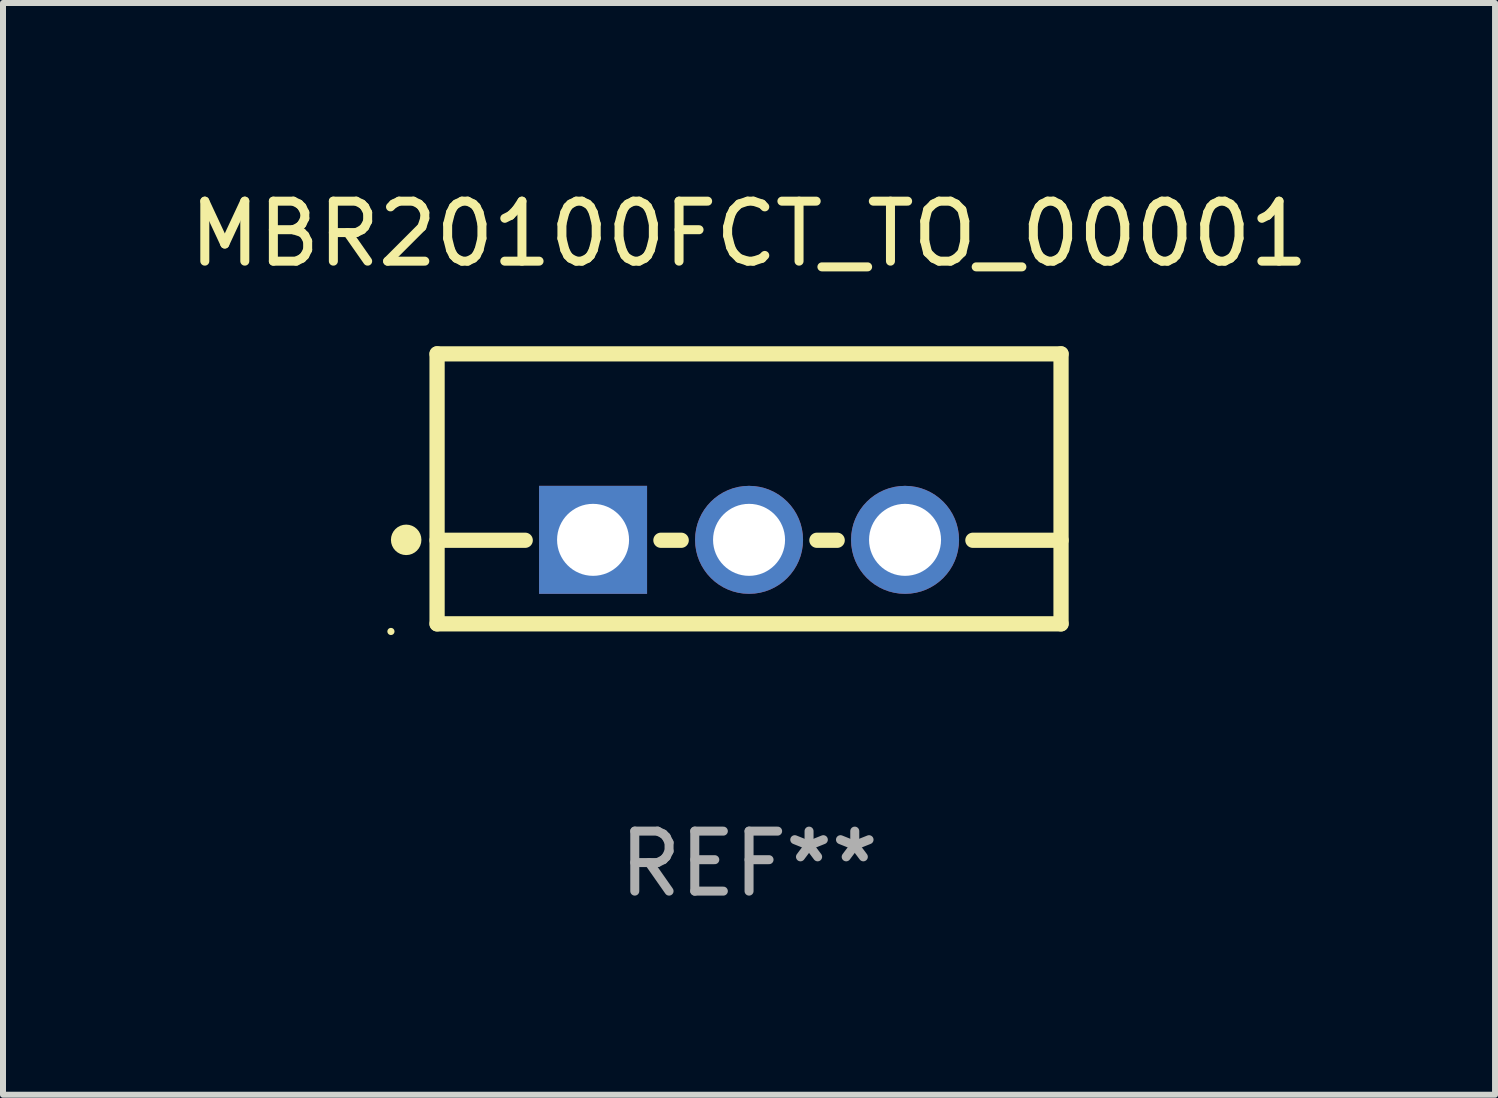
<source format=kicad_pcb>
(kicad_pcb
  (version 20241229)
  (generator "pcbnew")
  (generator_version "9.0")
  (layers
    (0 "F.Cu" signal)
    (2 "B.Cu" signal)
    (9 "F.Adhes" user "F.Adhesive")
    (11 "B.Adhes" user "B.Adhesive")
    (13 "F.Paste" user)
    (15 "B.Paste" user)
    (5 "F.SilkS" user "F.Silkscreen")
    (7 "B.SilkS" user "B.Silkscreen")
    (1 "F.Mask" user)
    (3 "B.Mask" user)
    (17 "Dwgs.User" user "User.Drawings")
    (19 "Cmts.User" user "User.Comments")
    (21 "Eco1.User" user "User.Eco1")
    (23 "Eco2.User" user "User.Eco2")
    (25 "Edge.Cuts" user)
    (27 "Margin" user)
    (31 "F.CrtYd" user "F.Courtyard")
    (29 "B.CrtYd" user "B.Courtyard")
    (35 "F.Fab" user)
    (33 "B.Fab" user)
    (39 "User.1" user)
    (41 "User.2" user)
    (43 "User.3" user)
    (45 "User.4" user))
  (footprint "MBR20100FCT_TO_00001"
    (layer "F.Cu")
    (at 9.435 5.098)
    (property "Reference" "MBR20100FCT_TO_00001" (at 0 -4.25 0) (layer "F.SilkS") (effects (font (size 1 1) (thickness 0.15))))
    (attr through_hole)
    (fp_line (start -5.2 -2.25) (end -5.2 2.25) (stroke (width 0.254) (type solid)) (layer "F.SilkS"))
    (fp_line (start -5.2 -2.25) (end 5.2 -2.25) (stroke (width 0.254) (type solid)) (layer "F.SilkS"))
    (fp_line (start -5.2 0.857) (end -3.731 0.857) (stroke (width 0.254) (type solid)) (layer "F.SilkS"))
    (fp_line (start -5.2 2.25) (end 5.2 2.25) (stroke (width 0.254) (type solid)) (layer "F.SilkS"))
    (fp_line (start -1.469 0.857) (end -1.131 0.857) (stroke (width 0.254) (type solid)) (layer "F.SilkS"))
    (fp_line (start 1.131 0.857) (end 1.469 0.857) (stroke (width 0.254) (type solid)) (layer "F.SilkS"))
    (fp_line (start 3.731 0.857) (end 5.2 0.857) (stroke (width 0.254) (type solid)) (layer "F.SilkS"))
    (fp_line (start 5.2 -2.25) (end 5.2 2.25) (stroke (width 0.254) (type solid)) (layer "F.SilkS"))
    (fp_circle (center -5.969 2.377) (end -5.939 2.377) (stroke (width 0.06) (type solid)) (fill no) (layer "F.SilkS"))
    (fp_circle (center -5.715 0.85) (end -5.588 0.85) (stroke (width 0.254) (type solid)) (fill no) (layer "F.SilkS"))
    (fp_text user "REF**" (at 0 6.25 0) (layer "F.Fab") (effects (font (size 1 1) (thickness 0.15))))
    (pad "1" thru_hole rect (at -2.6 0.85) (size 1.8 1.8) (drill 1.2) (layers "*.Cu" "*.Mask"))
    (pad "2" thru_hole circle (at 0 0.85) (size 1.8 1.8) (drill 1.2) (layers "*.Cu" "*.Mask"))
    (pad "3" thru_hole circle (at 2.6 0.85) (size 1.8 1.8) (drill 1.2) (layers "*.Cu" "*.Mask")))
  (gr_rect
    (start -3 -3)
    (end 21.869 15.197)
    (stroke (width 0.1) (type default))
    (fill no)
    (layer "Edge.Cuts")))
</source>
